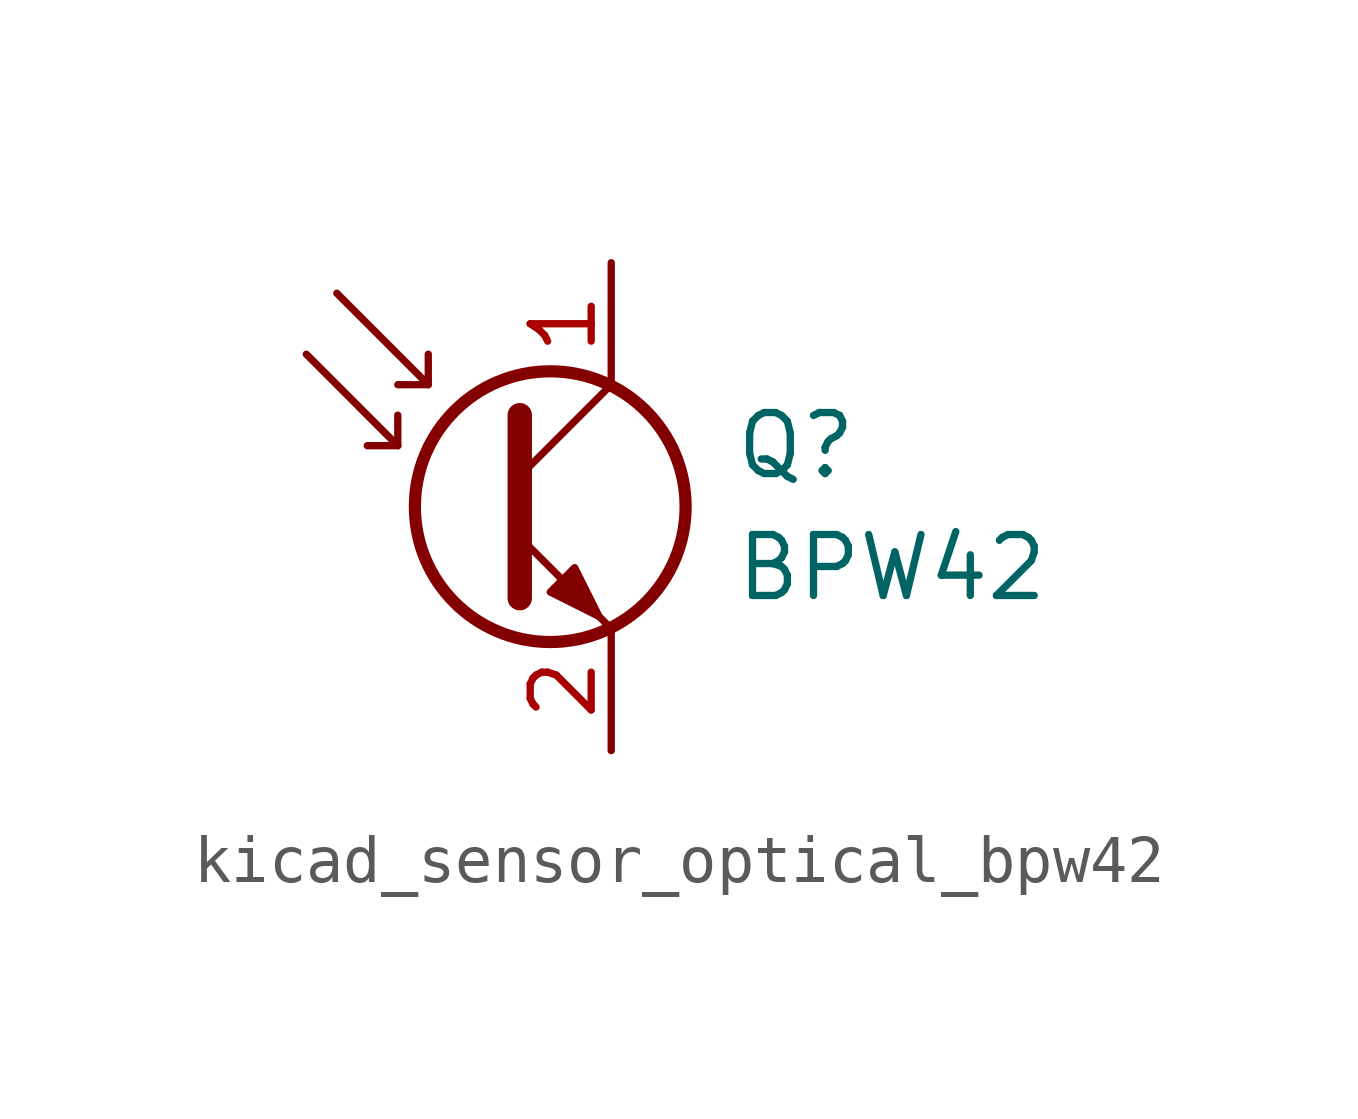
<source format=kicad_sym>
(kicad_symbol_lib
  (version 20220914)
  (generator kicad_symbol_editor)
  (symbol "kicad_sensor_optical_bpw42"
    (pin_names
      (offset 0) hide)
    (property "Reference" "Q"
      (at 5.08 1.27 0)
      (effects (font (size 1.27 1.27)) (justify left)))
    (property "Value" "BPW42"
      (at 5.08 -1.27 0)
      (effects (font (size 1.27 1.27)) (justify left)))
    (symbol "kicad_sensor_optical_bpw42_0_1"
      (polyline (pts (xy -1.905 1.27) (xy -2.54 1.27)) (stroke (width 0) (type default)) (fill (type none)))
      (polyline (pts (xy -1.27 2.54) (xy -1.905 2.54)) (stroke (width 0) (type default)) (fill (type none)))
      (polyline (pts (xy 0.635 0.635) (xy 2.54 2.54)) (stroke (width 0) (type default)) (fill (type none)))
      (polyline (pts (xy -3.81 3.175) (xy -1.905 1.27) (xy -1.905 1.905)) (stroke (width 0) (type default)) (fill (type none)))
      (polyline (pts (xy -3.175 4.445) (xy -1.27 2.54) (xy -1.27 3.175)) (stroke (width 0) (type default)) (fill (type none)))
      (polyline (pts (xy 0.635 -0.635) (xy 2.54 -2.54) (xy 2.54 -2.54)) (stroke (width 0) (type default)) (fill (type none)))
      (polyline (pts (xy 0.635 1.905) (xy 0.635 -1.905) (xy 0.635 -1.905)) (stroke (width 0.508) (type default)) (fill (type none)))
      (polyline (pts (xy 1.27 -1.778) (xy 1.778 -1.27) (xy 2.286 -2.286) (xy 1.27 -1.778) (xy 1.27 -1.778)) (stroke (width 0) (type default)) (fill (type outline)))
      (circle (center 1.27 0) (radius 2.819) (stroke (width 0.254) (type default)) (fill (type none))))
    (symbol "kicad_sensor_optical_bpw42_1_1"
      (pin passive line (at 2.54 5.08 270) (length 2.54) (name "C" (effects (font (size 1.27 1.27)))) (number "1" (effects (font (size 1.27 1.27)))))
      (pin passive line (at 2.54 -5.08 90) (length 2.54) (name "E" (effects (font (size 1.27 1.27)))) (number "2" (effects (font (size 1.27 1.27))))))))
</source>
